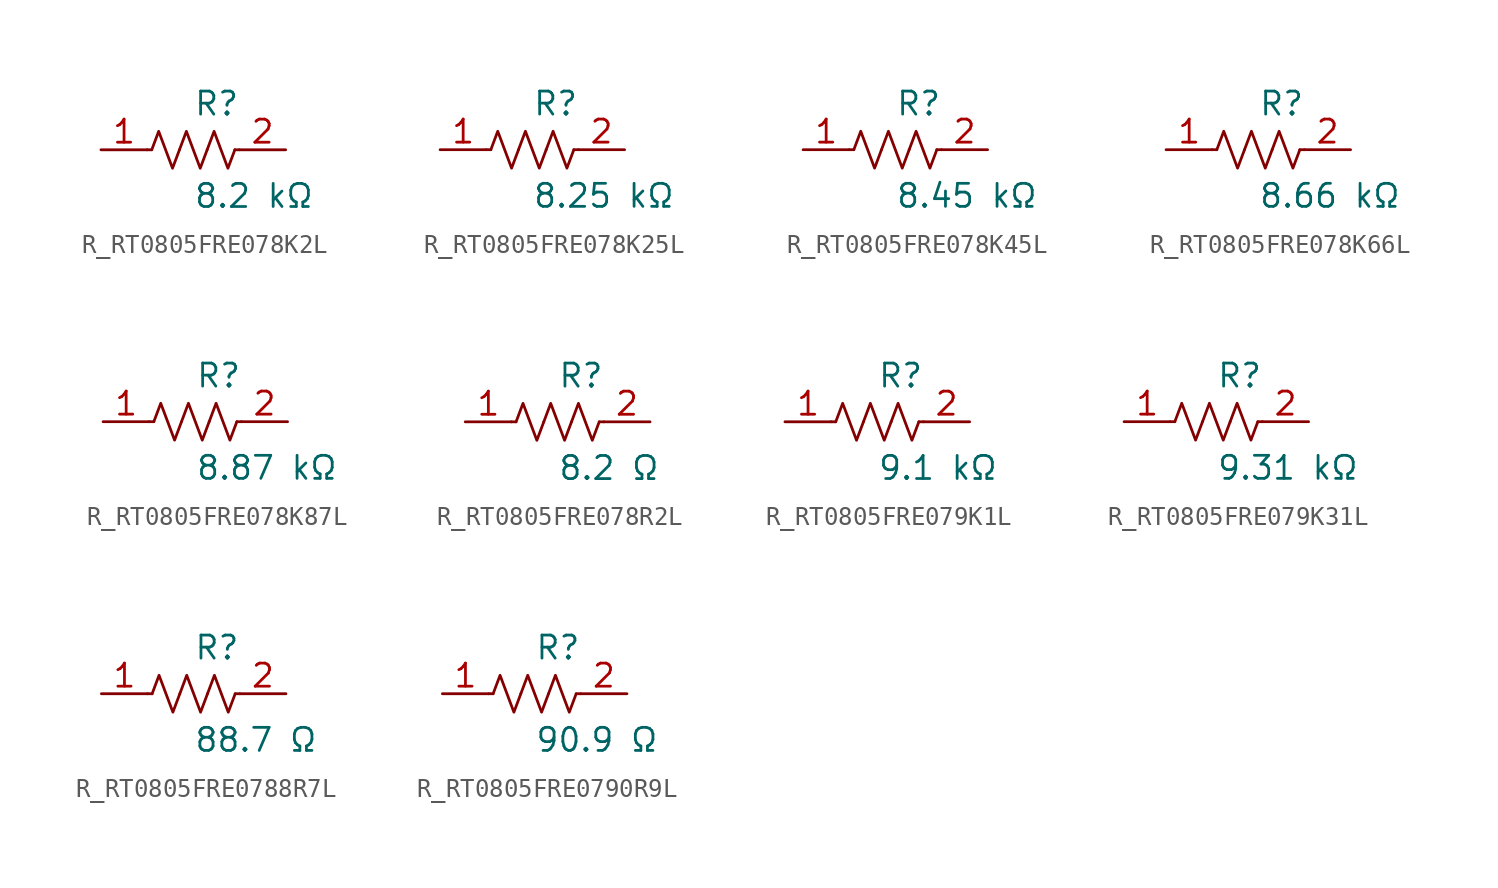
<source format=kicad_sym>
(kicad_symbol_lib
  (version 20231120)
  (generator kicad_symbol_editor)
  (generator_version 8.0)
  (symbol "R_RT0805FRE078K2L"
    (pin_names
      (offset 0.254))
    (property "Reference" "R"
      (at 0.0 2.54 0)
      (effects (font (size 1.27 1.27)) (justify left)))
    (property "Value" "8.2 kΩ"
      (at 0.0 -2.54 0)
      (effects (font (size 1.27 1.27)) (justify left)))
    (symbol "R_RT0805FRE078K2L_0_1"
      (polyline (pts (xy 2.286 0) (xy 2.54 0)) (stroke (width 0) (type default)) (fill (type none)))
      (polyline (pts (xy -2.286 0) (xy -2.54 0)) (stroke (width 0) (type default)) (fill (type none)))
      (polyline (pts (xy 0.762 0) (xy 1.143 1.016) (xy 1.524 0) (xy 1.905 -1.016) (xy 2.286 0)) (stroke (width 0) (type default)) (fill (type none)))
      (polyline (pts (xy -0.762 0) (xy -0.381 1.016) (xy 0 0) (xy 0.381 -1.016) (xy 0.762 0)) (stroke (width 0) (type default)) (fill (type none)))
      (polyline (pts (xy -2.286 0) (xy -1.905 1.016) (xy -1.524 0) (xy -1.143 -1.016) (xy -0.762 0)) (stroke (width 0) (type default)) (fill (type none))))
    (pin unspecified line
      (at -5.08 0 0)
      (length 2.54)
      (name "" (effects (font (size 1.27 1.27))))
      (number "1" (effects (font (size 1.27 1.27)))))
    (pin unspecified line
      (at 5.08 0 180)
      (length 2.54)
      (name "" (effects (font (size 1.27 1.27))))
      (number "2" (effects (font (size 1.27 1.27))))))
  (symbol "R_RT0805FRE078K25L"
    (pin_names
      (offset 0.254))
    (property "Reference" "R"
      (at 0.0 2.54 0)
      (effects (font (size 1.27 1.27)) (justify left)))
    (property "Value" "8.25 kΩ"
      (at 0.0 -2.54 0)
      (effects (font (size 1.27 1.27)) (justify left)))
    (symbol "R_RT0805FRE078K25L_0_1"
      (polyline (pts (xy 2.286 0) (xy 2.54 0)) (stroke (width 0) (type default)) (fill (type none)))
      (polyline (pts (xy -2.286 0) (xy -2.54 0)) (stroke (width 0) (type default)) (fill (type none)))
      (polyline (pts (xy 0.762 0) (xy 1.143 1.016) (xy 1.524 0) (xy 1.905 -1.016) (xy 2.286 0)) (stroke (width 0) (type default)) (fill (type none)))
      (polyline (pts (xy -0.762 0) (xy -0.381 1.016) (xy 0 0) (xy 0.381 -1.016) (xy 0.762 0)) (stroke (width 0) (type default)) (fill (type none)))
      (polyline (pts (xy -2.286 0) (xy -1.905 1.016) (xy -1.524 0) (xy -1.143 -1.016) (xy -0.762 0)) (stroke (width 0) (type default)) (fill (type none))))
    (pin unspecified line
      (at -5.08 0 0)
      (length 2.54)
      (name "" (effects (font (size 1.27 1.27))))
      (number "1" (effects (font (size 1.27 1.27)))))
    (pin unspecified line
      (at 5.08 0 180)
      (length 2.54)
      (name "" (effects (font (size 1.27 1.27))))
      (number "2" (effects (font (size 1.27 1.27))))))
  (symbol "R_RT0805FRE078K45L"
    (pin_names
      (offset 0.254))
    (property "Reference" "R"
      (at 0.0 2.54 0)
      (effects (font (size 1.27 1.27)) (justify left)))
    (property "Value" "8.45 kΩ"
      (at 0.0 -2.54 0)
      (effects (font (size 1.27 1.27)) (justify left)))
    (symbol "R_RT0805FRE078K45L_0_1"
      (polyline (pts (xy 2.286 0) (xy 2.54 0)) (stroke (width 0) (type default)) (fill (type none)))
      (polyline (pts (xy -2.286 0) (xy -2.54 0)) (stroke (width 0) (type default)) (fill (type none)))
      (polyline (pts (xy 0.762 0) (xy 1.143 1.016) (xy 1.524 0) (xy 1.905 -1.016) (xy 2.286 0)) (stroke (width 0) (type default)) (fill (type none)))
      (polyline (pts (xy -0.762 0) (xy -0.381 1.016) (xy 0 0) (xy 0.381 -1.016) (xy 0.762 0)) (stroke (width 0) (type default)) (fill (type none)))
      (polyline (pts (xy -2.286 0) (xy -1.905 1.016) (xy -1.524 0) (xy -1.143 -1.016) (xy -0.762 0)) (stroke (width 0) (type default)) (fill (type none))))
    (pin unspecified line
      (at -5.08 0 0)
      (length 2.54)
      (name "" (effects (font (size 1.27 1.27))))
      (number "1" (effects (font (size 1.27 1.27)))))
    (pin unspecified line
      (at 5.08 0 180)
      (length 2.54)
      (name "" (effects (font (size 1.27 1.27))))
      (number "2" (effects (font (size 1.27 1.27))))))
  (symbol "R_RT0805FRE078K66L"
    (pin_names
      (offset 0.254))
    (property "Reference" "R"
      (at 0.0 2.54 0)
      (effects (font (size 1.27 1.27)) (justify left)))
    (property "Value" "8.66 kΩ"
      (at 0.0 -2.54 0)
      (effects (font (size 1.27 1.27)) (justify left)))
    (symbol "R_RT0805FRE078K66L_0_1"
      (polyline (pts (xy 2.286 0) (xy 2.54 0)) (stroke (width 0) (type default)) (fill (type none)))
      (polyline (pts (xy -2.286 0) (xy -2.54 0)) (stroke (width 0) (type default)) (fill (type none)))
      (polyline (pts (xy 0.762 0) (xy 1.143 1.016) (xy 1.524 0) (xy 1.905 -1.016) (xy 2.286 0)) (stroke (width 0) (type default)) (fill (type none)))
      (polyline (pts (xy -0.762 0) (xy -0.381 1.016) (xy 0 0) (xy 0.381 -1.016) (xy 0.762 0)) (stroke (width 0) (type default)) (fill (type none)))
      (polyline (pts (xy -2.286 0) (xy -1.905 1.016) (xy -1.524 0) (xy -1.143 -1.016) (xy -0.762 0)) (stroke (width 0) (type default)) (fill (type none))))
    (pin unspecified line
      (at -5.08 0 0)
      (length 2.54)
      (name "" (effects (font (size 1.27 1.27))))
      (number "1" (effects (font (size 1.27 1.27)))))
    (pin unspecified line
      (at 5.08 0 180)
      (length 2.54)
      (name "" (effects (font (size 1.27 1.27))))
      (number "2" (effects (font (size 1.27 1.27))))))
  (symbol "R_RT0805FRE078K87L"
    (pin_names
      (offset 0.254))
    (property "Reference" "R"
      (at 0.0 2.54 0)
      (effects (font (size 1.27 1.27)) (justify left)))
    (property "Value" "8.87 kΩ"
      (at 0.0 -2.54 0)
      (effects (font (size 1.27 1.27)) (justify left)))
    (symbol "R_RT0805FRE078K87L_0_1"
      (polyline (pts (xy 2.286 0) (xy 2.54 0)) (stroke (width 0) (type default)) (fill (type none)))
      (polyline (pts (xy -2.286 0) (xy -2.54 0)) (stroke (width 0) (type default)) (fill (type none)))
      (polyline (pts (xy 0.762 0) (xy 1.143 1.016) (xy 1.524 0) (xy 1.905 -1.016) (xy 2.286 0)) (stroke (width 0) (type default)) (fill (type none)))
      (polyline (pts (xy -0.762 0) (xy -0.381 1.016) (xy 0 0) (xy 0.381 -1.016) (xy 0.762 0)) (stroke (width 0) (type default)) (fill (type none)))
      (polyline (pts (xy -2.286 0) (xy -1.905 1.016) (xy -1.524 0) (xy -1.143 -1.016) (xy -0.762 0)) (stroke (width 0) (type default)) (fill (type none))))
    (pin unspecified line
      (at -5.08 0 0)
      (length 2.54)
      (name "" (effects (font (size 1.27 1.27))))
      (number "1" (effects (font (size 1.27 1.27)))))
    (pin unspecified line
      (at 5.08 0 180)
      (length 2.54)
      (name "" (effects (font (size 1.27 1.27))))
      (number "2" (effects (font (size 1.27 1.27))))))
  (symbol "R_RT0805FRE078R2L"
    (pin_names
      (offset 0.254))
    (property "Reference" "R"
      (at 0.0 2.54 0)
      (effects (font (size 1.27 1.27)) (justify left)))
    (property "Value" "8.2 Ω"
      (at 0.0 -2.54 0)
      (effects (font (size 1.27 1.27)) (justify left)))
    (symbol "R_RT0805FRE078R2L_0_1"
      (polyline (pts (xy 2.286 0) (xy 2.54 0)) (stroke (width 0) (type default)) (fill (type none)))
      (polyline (pts (xy -2.286 0) (xy -2.54 0)) (stroke (width 0) (type default)) (fill (type none)))
      (polyline (pts (xy 0.762 0) (xy 1.143 1.016) (xy 1.524 0) (xy 1.905 -1.016) (xy 2.286 0)) (stroke (width 0) (type default)) (fill (type none)))
      (polyline (pts (xy -0.762 0) (xy -0.381 1.016) (xy 0 0) (xy 0.381 -1.016) (xy 0.762 0)) (stroke (width 0) (type default)) (fill (type none)))
      (polyline (pts (xy -2.286 0) (xy -1.905 1.016) (xy -1.524 0) (xy -1.143 -1.016) (xy -0.762 0)) (stroke (width 0) (type default)) (fill (type none))))
    (pin unspecified line
      (at -5.08 0 0)
      (length 2.54)
      (name "" (effects (font (size 1.27 1.27))))
      (number "1" (effects (font (size 1.27 1.27)))))
    (pin unspecified line
      (at 5.08 0 180)
      (length 2.54)
      (name "" (effects (font (size 1.27 1.27))))
      (number "2" (effects (font (size 1.27 1.27))))))
  (symbol "R_RT0805FRE079K1L"
    (pin_names
      (offset 0.254))
    (property "Reference" "R"
      (at 0.0 2.54 0)
      (effects (font (size 1.27 1.27)) (justify left)))
    (property "Value" "9.1 kΩ"
      (at 0.0 -2.54 0)
      (effects (font (size 1.27 1.27)) (justify left)))
    (symbol "R_RT0805FRE079K1L_0_1"
      (polyline (pts (xy 2.286 0) (xy 2.54 0)) (stroke (width 0) (type default)) (fill (type none)))
      (polyline (pts (xy -2.286 0) (xy -2.54 0)) (stroke (width 0) (type default)) (fill (type none)))
      (polyline (pts (xy 0.762 0) (xy 1.143 1.016) (xy 1.524 0) (xy 1.905 -1.016) (xy 2.286 0)) (stroke (width 0) (type default)) (fill (type none)))
      (polyline (pts (xy -0.762 0) (xy -0.381 1.016) (xy 0 0) (xy 0.381 -1.016) (xy 0.762 0)) (stroke (width 0) (type default)) (fill (type none)))
      (polyline (pts (xy -2.286 0) (xy -1.905 1.016) (xy -1.524 0) (xy -1.143 -1.016) (xy -0.762 0)) (stroke (width 0) (type default)) (fill (type none))))
    (pin unspecified line
      (at -5.08 0 0)
      (length 2.54)
      (name "" (effects (font (size 1.27 1.27))))
      (number "1" (effects (font (size 1.27 1.27)))))
    (pin unspecified line
      (at 5.08 0 180)
      (length 2.54)
      (name "" (effects (font (size 1.27 1.27))))
      (number "2" (effects (font (size 1.27 1.27))))))
  (symbol "R_RT0805FRE079K31L"
    (pin_names
      (offset 0.254))
    (property "Reference" "R"
      (at 0.0 2.54 0)
      (effects (font (size 1.27 1.27)) (justify left)))
    (property "Value" "9.31 kΩ"
      (at 0.0 -2.54 0)
      (effects (font (size 1.27 1.27)) (justify left)))
    (symbol "R_RT0805FRE079K31L_0_1"
      (polyline (pts (xy 2.286 0) (xy 2.54 0)) (stroke (width 0) (type default)) (fill (type none)))
      (polyline (pts (xy -2.286 0) (xy -2.54 0)) (stroke (width 0) (type default)) (fill (type none)))
      (polyline (pts (xy 0.762 0) (xy 1.143 1.016) (xy 1.524 0) (xy 1.905 -1.016) (xy 2.286 0)) (stroke (width 0) (type default)) (fill (type none)))
      (polyline (pts (xy -0.762 0) (xy -0.381 1.016) (xy 0 0) (xy 0.381 -1.016) (xy 0.762 0)) (stroke (width 0) (type default)) (fill (type none)))
      (polyline (pts (xy -2.286 0) (xy -1.905 1.016) (xy -1.524 0) (xy -1.143 -1.016) (xy -0.762 0)) (stroke (width 0) (type default)) (fill (type none))))
    (pin unspecified line
      (at -5.08 0 0)
      (length 2.54)
      (name "" (effects (font (size 1.27 1.27))))
      (number "1" (effects (font (size 1.27 1.27)))))
    (pin unspecified line
      (at 5.08 0 180)
      (length 2.54)
      (name "" (effects (font (size 1.27 1.27))))
      (number "2" (effects (font (size 1.27 1.27))))))
  (symbol "R_RT0805FRE0788R7L"
    (pin_names
      (offset 0.254))
    (property "Reference" "R"
      (at 0.0 2.54 0)
      (effects (font (size 1.27 1.27)) (justify left)))
    (property "Value" "88.7 Ω"
      (at 0.0 -2.54 0)
      (effects (font (size 1.27 1.27)) (justify left)))
    (symbol "R_RT0805FRE0788R7L_0_1"
      (polyline (pts (xy 2.286 0) (xy 2.54 0)) (stroke (width 0) (type default)) (fill (type none)))
      (polyline (pts (xy -2.286 0) (xy -2.54 0)) (stroke (width 0) (type default)) (fill (type none)))
      (polyline (pts (xy 0.762 0) (xy 1.143 1.016) (xy 1.524 0) (xy 1.905 -1.016) (xy 2.286 0)) (stroke (width 0) (type default)) (fill (type none)))
      (polyline (pts (xy -0.762 0) (xy -0.381 1.016) (xy 0 0) (xy 0.381 -1.016) (xy 0.762 0)) (stroke (width 0) (type default)) (fill (type none)))
      (polyline (pts (xy -2.286 0) (xy -1.905 1.016) (xy -1.524 0) (xy -1.143 -1.016) (xy -0.762 0)) (stroke (width 0) (type default)) (fill (type none))))
    (pin unspecified line
      (at -5.08 0 0)
      (length 2.54)
      (name "" (effects (font (size 1.27 1.27))))
      (number "1" (effects (font (size 1.27 1.27)))))
    (pin unspecified line
      (at 5.08 0 180)
      (length 2.54)
      (name "" (effects (font (size 1.27 1.27))))
      (number "2" (effects (font (size 1.27 1.27))))))
  (symbol "R_RT0805FRE0790R9L"
    (pin_names
      (offset 0.254))
    (property "Reference" "R"
      (at 0.0 2.54 0)
      (effects (font (size 1.27 1.27)) (justify left)))
    (property "Value" "90.9 Ω"
      (at 0.0 -2.54 0)
      (effects (font (size 1.27 1.27)) (justify left)))
    (symbol "R_RT0805FRE0790R9L_0_1"
      (polyline (pts (xy 2.286 0) (xy 2.54 0)) (stroke (width 0) (type default)) (fill (type none)))
      (polyline (pts (xy -2.286 0) (xy -2.54 0)) (stroke (width 0) (type default)) (fill (type none)))
      (polyline (pts (xy 0.762 0) (xy 1.143 1.016) (xy 1.524 0) (xy 1.905 -1.016) (xy 2.286 0)) (stroke (width 0) (type default)) (fill (type none)))
      (polyline (pts (xy -0.762 0) (xy -0.381 1.016) (xy 0 0) (xy 0.381 -1.016) (xy 0.762 0)) (stroke (width 0) (type default)) (fill (type none)))
      (polyline (pts (xy -2.286 0) (xy -1.905 1.016) (xy -1.524 0) (xy -1.143 -1.016) (xy -0.762 0)) (stroke (width 0) (type default)) (fill (type none))))
    (pin unspecified line
      (at -5.08 0 0)
      (length 2.54)
      (name "" (effects (font (size 1.27 1.27))))
      (number "1" (effects (font (size 1.27 1.27)))))
    (pin unspecified line
      (at 5.08 0 180)
      (length 2.54)
      (name "" (effects (font (size 1.27 1.27))))
      (number "2" (effects (font (size 1.27 1.27)))))))
</source>
